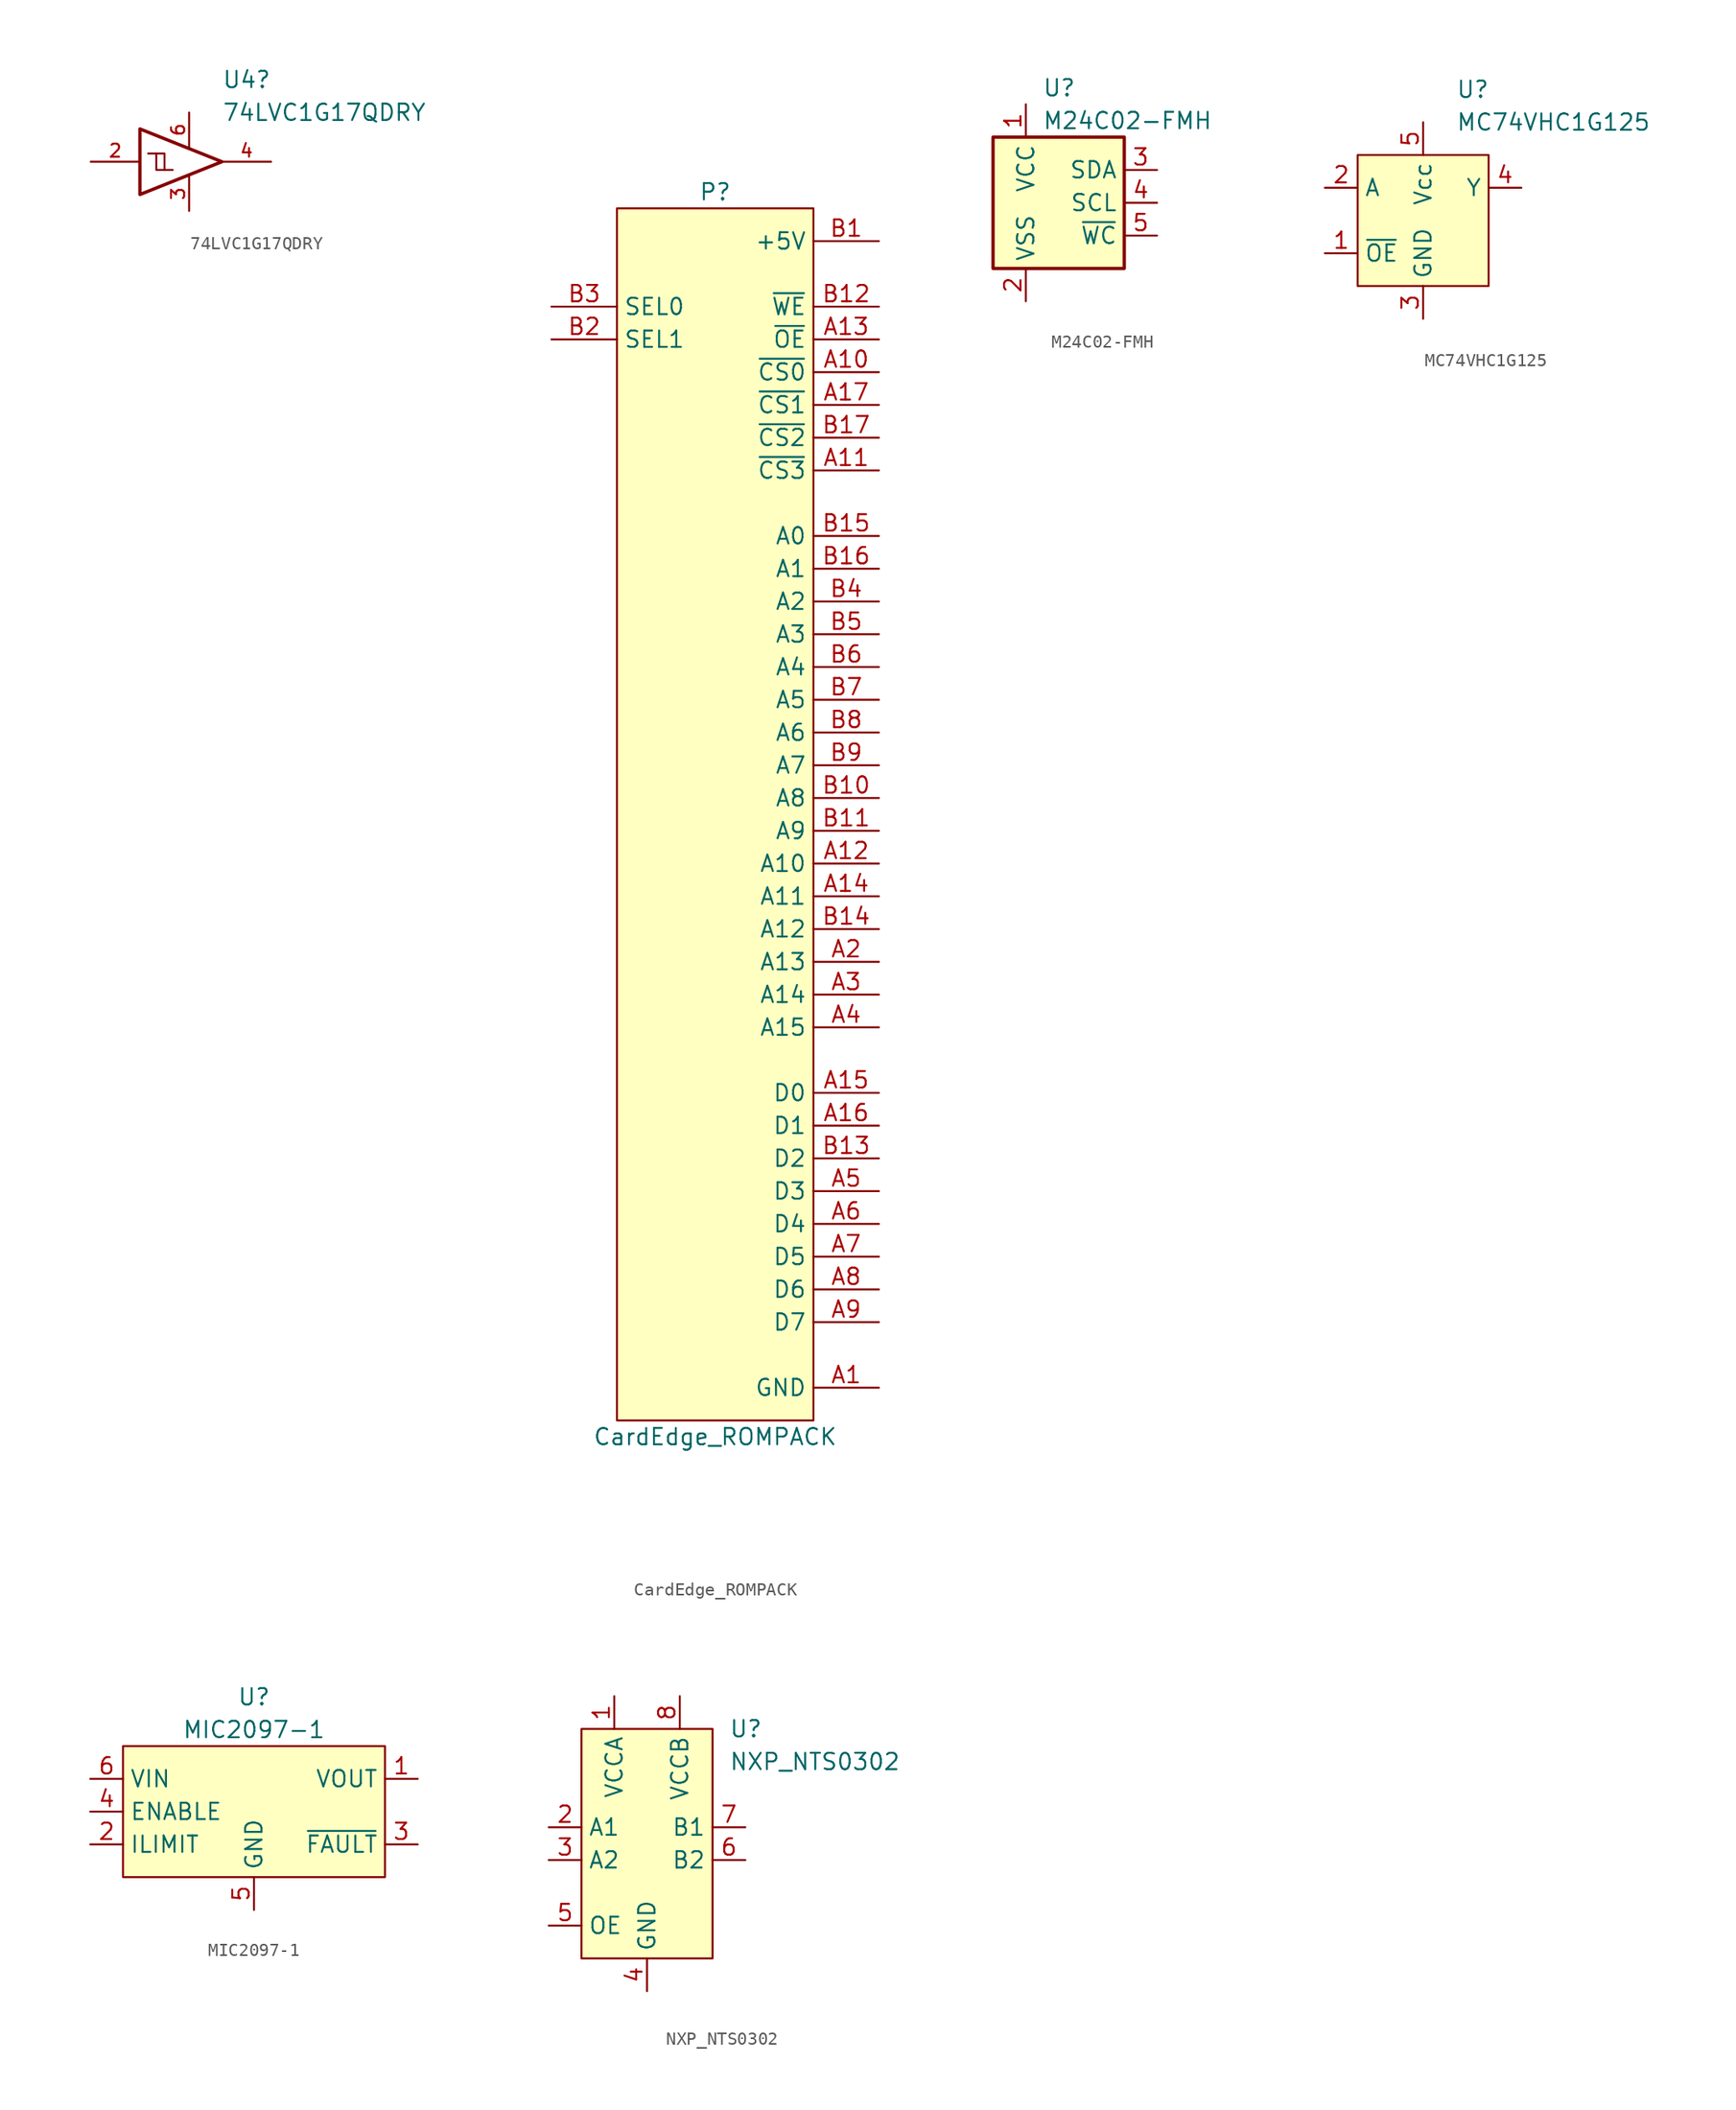
<source format=kicad_sym>
(kicad_symbol_lib
  (version 20211014)
  (generator kicad_symbol_editor)
  (symbol "74LVC1G17QDRY"
    (pin_names
      (offset 1.016))
    (property "Reference" "U4"
      (at 2.54 6.35 0)
      (effects (font (size 1.27 1.27)) (justify left)))
    (property "Value" "74LVC1G17QDRY"
      (at 2.54 3.81 0)
      (effects (font (size 1.27 1.27)) (justify left)))
    (symbol "74LVC1G17QDRY_0_1"
      (polyline (pts (xy -2.54 0.635) (xy -1.905 0.635) (xy -1.905 -0.635)) (stroke (width 0) (type default) (color 0 0 0 0)) (fill (type none)))
      (polyline (pts (xy -3.81 2.54) (xy -3.81 -2.54) (xy 2.54 0) (xy -3.81 2.54)) (stroke (width 0.254) (type default) (color 0 0 0 0)) (fill (type none)))
      (polyline (pts (xy -3.175 0.635) (xy -2.54 0.635) (xy -2.54 -0.635) (xy -1.27 -0.635)) (stroke (width 0) (type default) (color 0 0 0 0)) (fill (type none))))
    (symbol "74LVC1G17QDRY_1_1"
      (pin no_connect line (at -3.81 1.27 0) (length 2.54) hide (name "~" (effects (font (size 1.016 1.016)))) (number "1" (effects (font (size 1.016 1.016)))))
      (pin input line (at -7.62 0 0) (length 3.81) (name "~" (effects (font (size 1.016 1.016)))) (number "2" (effects (font (size 1.016 1.016)))))
      (pin power_in line (at 0 -3.81 90) (length 2.667) (name "~" (effects (font (size 1.016 1.016)))) (number "3" (effects (font (size 1.016 1.016)))))
      (pin output line (at 6.35 0 180) (length 3.81) (name "~" (effects (font (size 1.016 1.016)))) (number "4" (effects (font (size 1.016 1.016)))))
      (pin no_connect line (at -3.81 -1.27 0) (length 2.54) hide (name "~" (effects (font (size 1.016 1.016)))) (number "5" (effects (font (size 1.016 1.016)))))
      (pin power_in line (at 0 3.81 270) (length 2.667) (name "~" (effects (font (size 1.016 1.016)))) (number "6" (effects (font (size 1.016 1.016)))))))
  (symbol "CardEdge_ROMPACK"
    (property "Reference" "P"
      (at 0 8.89 0)
      (effects (font (size 1.27 1.27))))
    (property "Value" "CardEdge_ROMPACK"
      (at 0 -87.63 0)
      (effects (font (size 1.27 1.27))))
    (symbol "CardEdge_ROMPACK_0_1"
      (rectangle (start -7.62 7.62) (end 7.62 -86.36) (stroke (width 0) (type default) (color 0 0 0 0)) (fill (type background))))
    (symbol "CardEdge_ROMPACK_1_1"
      (pin power_out line (at 12.7 -83.82 180) (length 5.08) (name "GND" (effects (font (size 1.27 1.27)))) (number "A1" (effects (font (size 1.27 1.27)))))
      (pin output line (at 12.7 -5.08 180) (length 5.08) (name "~{CS0}" (effects (font (size 1.27 1.27)))) (number "A10" (effects (font (size 1.27 1.27)))))
      (pin output line (at 12.7 -12.7 180) (length 5.08) (name "~{CS3}" (effects (font (size 1.27 1.27)))) (number "A11" (effects (font (size 1.27 1.27)))))
      (pin output line (at 12.7 -43.18 180) (length 5.08) (name "A10" (effects (font (size 1.27 1.27)))) (number "A12" (effects (font (size 1.27 1.27)))))
      (pin output line (at 12.7 -2.54 180) (length 5.08) (name "~{OE}" (effects (font (size 1.27 1.27)))) (number "A13" (effects (font (size 1.27 1.27)))))
      (pin output line (at 12.7 -45.72 180) (length 5.08) (name "A11" (effects (font (size 1.27 1.27)))) (number "A14" (effects (font (size 1.27 1.27)))))
      (pin bidirectional line (at 12.7 -60.96 180) (length 5.08) (name "D0" (effects (font (size 1.27 1.27)))) (number "A15" (effects (font (size 1.27 1.27)))))
      (pin bidirectional line (at 12.7 -63.5 180) (length 5.08) (name "D1" (effects (font (size 1.27 1.27)))) (number "A16" (effects (font (size 1.27 1.27)))))
      (pin output line (at 12.7 -7.62 180) (length 5.08) (name "~{CS1}" (effects (font (size 1.27 1.27)))) (number "A17" (effects (font (size 1.27 1.27)))))
      (pin power_out line (at 12.7 -83.82 180) (length 5.08) hide (name "GND" (effects (font (size 1.27 1.27)))) (number "A18" (effects (font (size 1.27 1.27)))))
      (pin output line (at 12.7 -50.8 180) (length 5.08) (name "A13" (effects (font (size 1.27 1.27)))) (number "A2" (effects (font (size 1.27 1.27)))))
      (pin output line (at 12.7 -53.34 180) (length 5.08) (name "A14" (effects (font (size 1.27 1.27)))) (number "A3" (effects (font (size 1.27 1.27)))))
      (pin output line (at 12.7 -55.88 180) (length 5.08) (name "A15" (effects (font (size 1.27 1.27)))) (number "A4" (effects (font (size 1.27 1.27)))))
      (pin bidirectional line (at 12.7 -68.58 180) (length 5.08) (name "D3" (effects (font (size 1.27 1.27)))) (number "A5" (effects (font (size 1.27 1.27)))))
      (pin bidirectional line (at 12.7 -71.12 180) (length 5.08) (name "D4" (effects (font (size 1.27 1.27)))) (number "A6" (effects (font (size 1.27 1.27)))))
      (pin bidirectional line (at 12.7 -73.66 180) (length 5.08) (name "D5" (effects (font (size 1.27 1.27)))) (number "A7" (effects (font (size 1.27 1.27)))))
      (pin bidirectional line (at 12.7 -76.2 180) (length 5.08) (name "D6" (effects (font (size 1.27 1.27)))) (number "A8" (effects (font (size 1.27 1.27)))))
      (pin bidirectional line (at 12.7 -78.74 180) (length 5.08) (name "D7" (effects (font (size 1.27 1.27)))) (number "A9" (effects (font (size 1.27 1.27)))))
      (pin power_out line (at 12.7 5.08 180) (length 5.08) (name "+5V" (effects (font (size 1.27 1.27)))) (number "B1" (effects (font (size 1.27 1.27)))))
      (pin output line (at 12.7 -38.1 180) (length 5.08) (name "A8" (effects (font (size 1.27 1.27)))) (number "B10" (effects (font (size 1.27 1.27)))))
      (pin output line (at 12.7 -40.64 180) (length 5.08) (name "A9" (effects (font (size 1.27 1.27)))) (number "B11" (effects (font (size 1.27 1.27)))))
      (pin output line (at 12.7 0 180) (length 5.08) (name "~{WE}" (effects (font (size 1.27 1.27)))) (number "B12" (effects (font (size 1.27 1.27)))))
      (pin bidirectional line (at 12.7 -66.04 180) (length 5.08) (name "D2" (effects (font (size 1.27 1.27)))) (number "B13" (effects (font (size 1.27 1.27)))))
      (pin output line (at 12.7 -48.26 180) (length 5.08) (name "A12" (effects (font (size 1.27 1.27)))) (number "B14" (effects (font (size 1.27 1.27)))))
      (pin output line (at 12.7 -17.78 180) (length 5.08) (name "A0" (effects (font (size 1.27 1.27)))) (number "B15" (effects (font (size 1.27 1.27)))))
      (pin output line (at 12.7 -20.32 180) (length 5.08) (name "A1" (effects (font (size 1.27 1.27)))) (number "B16" (effects (font (size 1.27 1.27)))))
      (pin output line (at 12.7 -10.16 180) (length 5.08) (name "~{CS2}" (effects (font (size 1.27 1.27)))) (number "B17" (effects (font (size 1.27 1.27)))))
      (pin power_out line (at 12.7 5.08 180) (length 5.08) hide (name "+5V" (effects (font (size 1.27 1.27)))) (number "B18" (effects (font (size 1.27 1.27)))))
      (pin input line (at -12.7 -2.54 0) (length 5.08) (name "SEL1" (effects (font (size 1.27 1.27)))) (number "B2" (effects (font (size 1.27 1.27)))))
      (pin input line (at -12.7 0 0) (length 5.08) (name "SEL0" (effects (font (size 1.27 1.27)))) (number "B3" (effects (font (size 1.27 1.27)))))
      (pin output line (at 12.7 -22.86 180) (length 5.08) (name "A2" (effects (font (size 1.27 1.27)))) (number "B4" (effects (font (size 1.27 1.27)))))
      (pin output line (at 12.7 -25.4 180) (length 5.08) (name "A3" (effects (font (size 1.27 1.27)))) (number "B5" (effects (font (size 1.27 1.27)))))
      (pin output line (at 12.7 -27.94 180) (length 5.08) (name "A4" (effects (font (size 1.27 1.27)))) (number "B6" (effects (font (size 1.27 1.27)))))
      (pin output line (at 12.7 -30.48 180) (length 5.08) (name "A5" (effects (font (size 1.27 1.27)))) (number "B7" (effects (font (size 1.27 1.27)))))
      (pin output line (at 12.7 -33.02 180) (length 5.08) (name "A6" (effects (font (size 1.27 1.27)))) (number "B8" (effects (font (size 1.27 1.27)))))
      (pin output line (at 12.7 -35.56 180) (length 5.08) (name "A7" (effects (font (size 1.27 1.27)))) (number "B9" (effects (font (size 1.27 1.27)))))))
  (symbol "M24C02-FMH"
    (property "Reference" "U"
      (at 1.27 8.89 0)
      (effects (font (size 1.27 1.27)) (justify left)))
    (property "Value" "M24C02-FMH"
      (at 1.27 6.35 0)
      (effects (font (size 1.27 1.27)) (justify left)))
    (symbol "M24C02-FMH_0_1"
      (rectangle (start -2.54 5.08) (end 7.62 -5.08) (stroke (width 0.254) (type default) (color 0 0 0 0)) (fill (type background))))
    (symbol "M24C02-FMH_1_1"
      (pin power_in line (at 0 7.62 270) (length 2.54) (name "VCC" (effects (font (size 1.27 1.27)))) (number "1" (effects (font (size 1.27 1.27)))))
      (pin power_in line (at 0 -7.62 90) (length 2.54) (name "VSS" (effects (font (size 1.27 1.27)))) (number "2" (effects (font (size 1.27 1.27)))))
      (pin bidirectional line (at 10.16 2.54 180) (length 2.54) (name "SDA" (effects (font (size 1.27 1.27)))) (number "3" (effects (font (size 1.27 1.27)))))
      (pin input line (at 10.16 0 180) (length 2.54) (name "SCL" (effects (font (size 1.27 1.27)))) (number "4" (effects (font (size 1.27 1.27)))))
      (pin input line (at 10.16 -2.54 180) (length 2.54) (name "~{WC}" (effects (font (size 1.27 1.27)))) (number "5" (effects (font (size 1.27 1.27)))))))
  (symbol "MC74VHC1G125"
    (property "Reference" "U"
      (at 2.54 10.16 0)
      (effects (font (size 1.27 1.27)) (justify left)))
    (property "Value" "MC74VHC1G125"
      (at 2.54 7.62 0)
      (effects (font (size 1.27 1.27)) (justify left)))
    (symbol "MC74VHC1G125_0_1"
      (rectangle (start -5.08 5.08) (end 5.08 -5.08) (stroke (width 0) (type default) (color 0 0 0 0)) (fill (type background))))
    (symbol "MC74VHC1G125_1_1"
      (pin input line (at -7.62 -2.54 0) (length 2.54) (name "~{OE}" (effects (font (size 1.27 1.27)))) (number "1" (effects (font (size 1.27 1.27)))))
      (pin input line (at -7.62 2.54 0) (length 2.54) (name "A" (effects (font (size 1.27 1.27)))) (number "2" (effects (font (size 1.27 1.27)))))
      (pin power_in line (at 0 -7.62 90) (length 2.54) (name "GND" (effects (font (size 1.27 1.27)))) (number "3" (effects (font (size 1.27 1.27)))))
      (pin tri_state line (at 7.62 2.54 180) (length 2.54) (name "Y" (effects (font (size 1.27 1.27)))) (number "4" (effects (font (size 1.27 1.27)))))
      (pin power_in line (at 0 7.62 270) (length 2.54) (name "Vcc" (effects (font (size 1.27 1.27)))) (number "5" (effects (font (size 1.27 1.27)))))))
  (symbol "MIC2097-1"
    (property "Reference" "U"
      (at 0 8.89 0)
      (effects (font (size 1.27 1.27))))
    (property "Value" "MIC2097-1"
      (at 0 6.35 0)
      (effects (font (size 1.27 1.27))))
    (symbol "MIC2097-1_0_1"
      (rectangle (start -10.16 5.08) (end 10.16 -5.08) (stroke (width 0) (type default) (color 0 0 0 0)) (fill (type background))))
    (symbol "MIC2097-1_1_1"
      (pin power_out line (at 12.7 2.54 180) (length 2.54) (name "VOUT" (effects (font (size 1.27 1.27)))) (number "1" (effects (font (size 1.27 1.27)))))
      (pin passive line (at -12.7 -2.54 0) (length 2.54) (name "ILIMIT" (effects (font (size 1.27 1.27)))) (number "2" (effects (font (size 1.27 1.27)))))
      (pin open_collector line (at 12.7 -2.54 180) (length 2.54) (name "~{FAULT}" (effects (font (size 1.27 1.27)))) (number "3" (effects (font (size 1.27 1.27)))))
      (pin input line (at -12.7 0 0) (length 2.54) (name "ENABLE" (effects (font (size 1.27 1.27)))) (number "4" (effects (font (size 1.27 1.27)))))
      (pin power_in line (at 0 -7.62 90) (length 2.54) (name "GND" (effects (font (size 1.27 1.27)))) (number "5" (effects (font (size 1.27 1.27)))))
      (pin power_in line (at -12.7 2.54 0) (length 2.54) (name "VIN" (effects (font (size 1.27 1.27)))) (number "6" (effects (font (size 1.27 1.27)))))
      (pin passive line (at 0 -7.62 90) (length 2.54) hide (name "EP" (effects (font (size 1.27 1.27)))) (number "EP" (effects (font (size 1.27 1.27)))))))
  (symbol "NXP_NTS0302"
    (property "Reference" "U"
      (at 6.35 11.43 0)
      (effects (font (size 1.27 1.27)) (justify left)))
    (property "Value" "NXP_NTS0302"
      (at 6.35 8.89 0)
      (effects (font (size 1.27 1.27)) (justify left)))
    (symbol "NXP_NTS0302_0_1"
      (rectangle (start -5.08 11.43) (end 5.08 -6.35) (stroke (width 0) (type default) (color 0 0 0 0)) (fill (type background))))
    (symbol "NXP_NTS0302_1_1"
      (pin power_in line (at -2.54 13.97 270) (length 2.54) (name "VCCA" (effects (font (size 1.27 1.27)))) (number "1" (effects (font (size 1.27 1.27)))))
      (pin bidirectional line (at -7.62 3.81 0) (length 2.54) (name "A1" (effects (font (size 1.27 1.27)))) (number "2" (effects (font (size 1.27 1.27)))))
      (pin bidirectional line (at -7.62 1.27 0) (length 2.54) (name "A2" (effects (font (size 1.27 1.27)))) (number "3" (effects (font (size 1.27 1.27)))))
      (pin power_in line (at 0 -8.89 90) (length 2.54) (name "GND" (effects (font (size 1.27 1.27)))) (number "4" (effects (font (size 1.27 1.27)))))
      (pin input line (at -7.62 -3.81 0) (length 2.54) (name "OE" (effects (font (size 1.27 1.27)))) (number "5" (effects (font (size 1.27 1.27)))))
      (pin bidirectional line (at 7.62 1.27 180) (length 2.54) (name "B2" (effects (font (size 1.27 1.27)))) (number "6" (effects (font (size 1.27 1.27)))))
      (pin bidirectional line (at 7.62 3.81 180) (length 2.54) (name "B1" (effects (font (size 1.27 1.27)))) (number "7" (effects (font (size 1.27 1.27)))))
      (pin power_in line (at 2.54 13.97 270) (length 2.54) (name "VCCB" (effects (font (size 1.27 1.27)))) (number "8" (effects (font (size 1.27 1.27))))))))
</source>
